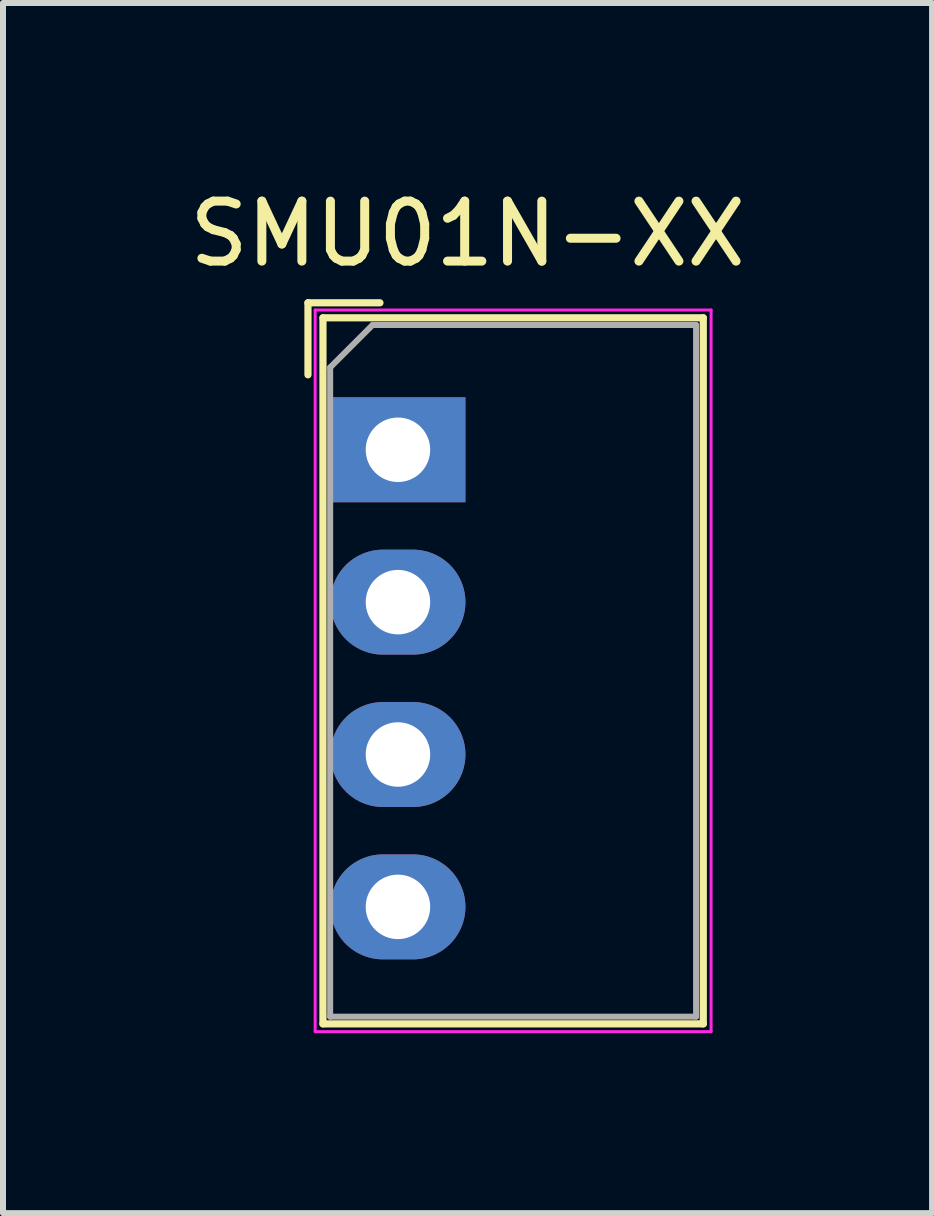
<source format=kicad_pcb>
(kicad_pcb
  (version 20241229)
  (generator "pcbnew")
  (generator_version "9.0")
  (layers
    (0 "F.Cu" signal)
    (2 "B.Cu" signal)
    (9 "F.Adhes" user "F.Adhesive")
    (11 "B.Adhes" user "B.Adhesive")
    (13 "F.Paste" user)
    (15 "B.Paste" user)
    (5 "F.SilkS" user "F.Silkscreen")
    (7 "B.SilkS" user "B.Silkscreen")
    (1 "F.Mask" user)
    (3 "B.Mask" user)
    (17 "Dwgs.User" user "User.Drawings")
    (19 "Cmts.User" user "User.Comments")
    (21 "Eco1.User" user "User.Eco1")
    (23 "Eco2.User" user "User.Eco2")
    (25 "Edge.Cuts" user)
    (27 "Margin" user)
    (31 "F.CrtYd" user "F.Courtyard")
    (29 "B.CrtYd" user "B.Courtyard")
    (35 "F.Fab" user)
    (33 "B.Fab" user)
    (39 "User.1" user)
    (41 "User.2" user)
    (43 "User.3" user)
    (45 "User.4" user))
  (footprint "SMU01N-XX"
    (layer "F.Cu")
    (at 4.744 7.198)
    (property "Reference" "SMU01N-XX" (at 0 -6.35 0) (layer "F.SilkS") (effects (font (size 1 1) (thickness 0.15))))
    (attr through_hole)
    (fp_line (start -2.66 -5.2) (end -2.66 -4) (stroke (width 0.12) (type solid)) (layer "F.SilkS"))
    (fp_line (start -2.41 -4.95) (end -2.41 6.82) (stroke (width 0.12) (type solid)) (layer "F.SilkS"))
    (fp_line (start -1.46 -5.2) (end -2.66 -5.2) (stroke (width 0.12) (type solid)) (layer "F.SilkS"))
    (fp_line (start 3.93 -4.95) (end -2.41 -4.95) (stroke (width 0.12) (type solid)) (layer "F.SilkS"))
    (fp_line (start 3.93 -4.95) (end 3.93 6.82) (stroke (width 0.12) (type solid)) (layer "F.SilkS"))
    (fp_line (start 3.93 6.82) (end -2.41 6.82) (stroke (width 0.12) (type solid)) (layer "F.SilkS"))
    (fp_line (start -2.54 -5.08) (end -2.54 6.95) (stroke (width 0.05) (type solid)) (layer "F.CrtYd"))
    (fp_line (start 4.06 -5.08) (end -2.54 -5.08) (stroke (width 0.05) (type solid)) (layer "F.CrtYd"))
    (fp_line (start 4.06 -5.08) (end 4.06 6.95) (stroke (width 0.05) (type solid)) (layer "F.CrtYd"))
    (fp_line (start 4.06 6.95) (end -2.54 6.95) (stroke (width 0.05) (type solid)) (layer "F.CrtYd"))
    (fp_line (start -2.29 -4.123) (end -2.29 6.7) (stroke (width 0.1) (type solid)) (layer "F.Fab"))
    (fp_line (start -2.29 6.7) (end 3.81 6.7) (stroke (width 0.1) (type solid)) (layer "F.Fab"))
    (fp_line (start -1.583 -4.83) (end -2.29 -4.123) (stroke (width 0.1) (type solid)) (layer "F.Fab"))
    (fp_line (start -1.583 -4.83) (end 3.81 -4.83) (stroke (width 0.1) (type solid)) (layer "F.Fab"))
    (fp_line (start 3.81 -4.83) (end 3.81 6.7) (stroke (width 0.1) (type solid)) (layer "F.Fab"))
    (pad "1" thru_hole rect (at -1.16 -2.75 270) (size 1.75 2.25) (drill 1.075) (layers "*.Cu" "*.Mask"))
    (pad "2" thru_hole oval (at -1.16 -0.21 270) (size 1.75 2.25) (drill 1.075) (layers "*.Cu" "*.Mask"))
    (pad "3" thru_hole oval (at -1.16 2.33 270) (size 1.75 2.25) (drill 1.075) (layers "*.Cu" "*.Mask"))
    (pad "4" thru_hole oval (at -1.16 4.87 270) (size 1.75 2.25) (drill 1.075) (layers "*.Cu" "*.Mask")))
  (gr_rect
    (start -3 -3)
    (end 12.488 17.173)
    (stroke (width 0.1) (type default))
    (fill no)
    (layer "Edge.Cuts")))
</source>
